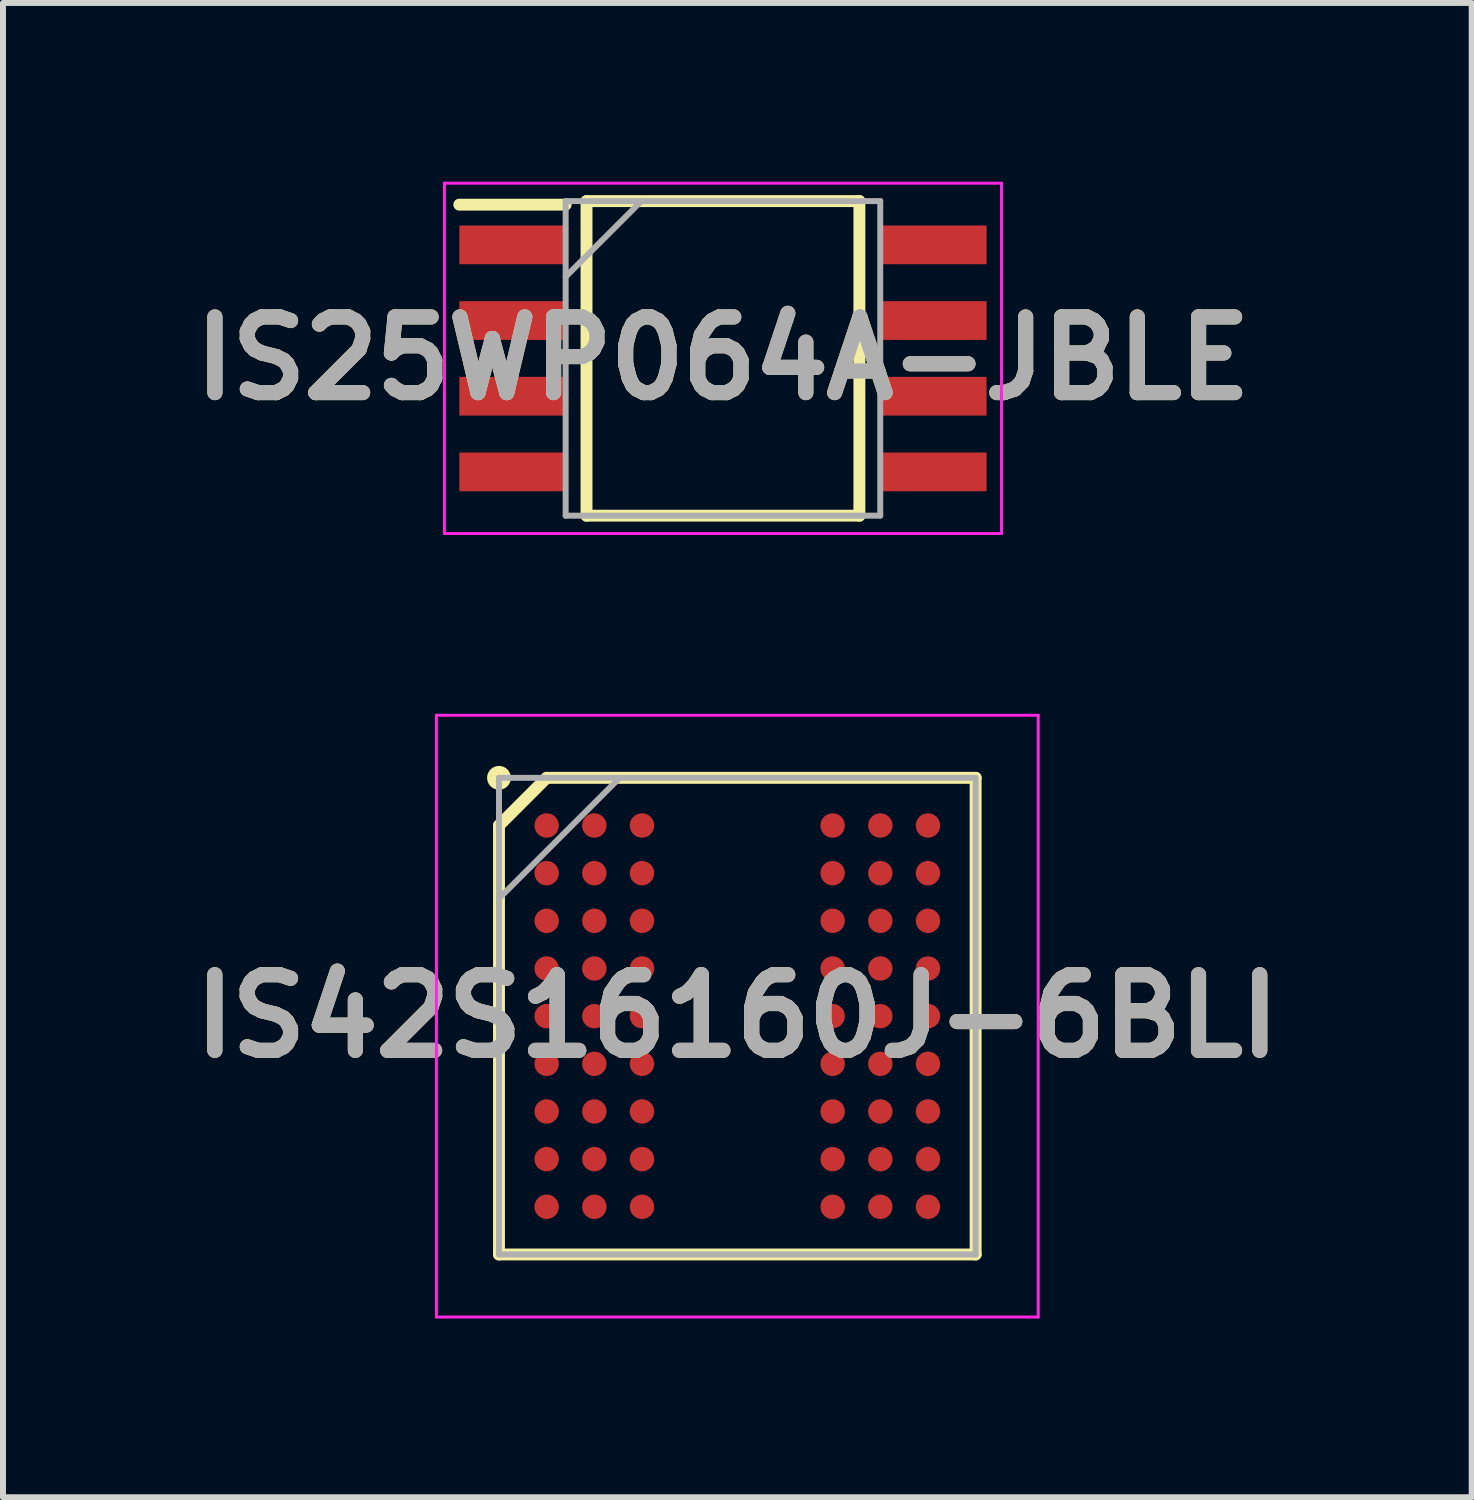
<source format=kicad_pcb>
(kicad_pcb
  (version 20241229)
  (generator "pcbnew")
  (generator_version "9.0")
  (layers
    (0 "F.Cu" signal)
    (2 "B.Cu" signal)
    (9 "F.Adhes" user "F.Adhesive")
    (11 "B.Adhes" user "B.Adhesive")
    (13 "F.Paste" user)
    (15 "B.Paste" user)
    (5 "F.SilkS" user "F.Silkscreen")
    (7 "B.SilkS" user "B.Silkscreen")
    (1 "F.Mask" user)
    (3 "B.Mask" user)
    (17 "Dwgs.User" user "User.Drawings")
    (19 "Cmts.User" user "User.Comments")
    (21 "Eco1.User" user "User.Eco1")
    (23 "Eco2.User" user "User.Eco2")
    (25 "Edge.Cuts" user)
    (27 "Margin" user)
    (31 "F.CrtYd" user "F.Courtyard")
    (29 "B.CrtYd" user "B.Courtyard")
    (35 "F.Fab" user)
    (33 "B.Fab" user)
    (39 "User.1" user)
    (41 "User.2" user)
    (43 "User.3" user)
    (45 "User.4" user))
  (footprint "IS25WP064A-JBLE"
    (layer "F.Cu")
    (at 9.084 2.965)
    (property "Reference" "IS25WP064A-JBLE" (at 0 0 0) (layer "F.SilkS") (effects (font (size 1.27 1.27) (thickness 0.254))))
    (attr smd)
    (fp_line (start -4.425 -2.58) (end -2.64 -2.58) (stroke (width 0.2) (type solid)) (layer "F.SilkS"))
    (fp_line (start -2.29 -2.64) (end 2.29 -2.64) (stroke (width 0.2) (type solid)) (layer "F.SilkS"))
    (fp_line (start -2.29 2.64) (end -2.29 -2.64) (stroke (width 0.2) (type solid)) (layer "F.SilkS"))
    (fp_line (start 2.29 -2.64) (end 2.29 2.64) (stroke (width 0.2) (type solid)) (layer "F.SilkS"))
    (fp_line (start 2.29 2.64) (end -2.29 2.64) (stroke (width 0.2) (type solid)) (layer "F.SilkS"))
    (fp_line (start -4.675 -2.94) (end 4.675 -2.94) (stroke (width 0.05) (type solid)) (layer "F.CrtYd"))
    (fp_line (start -4.675 2.94) (end -4.675 -2.94) (stroke (width 0.05) (type solid)) (layer "F.CrtYd"))
    (fp_line (start 4.675 -2.94) (end 4.675 2.94) (stroke (width 0.05) (type solid)) (layer "F.CrtYd"))
    (fp_line (start 4.675 2.94) (end -4.675 2.94) (stroke (width 0.05) (type solid)) (layer "F.CrtYd"))
    (fp_line (start -2.64 -2.64) (end 2.64 -2.64) (stroke (width 0.1) (type solid)) (layer "F.Fab"))
    (fp_line (start -2.64 -1.37) (end -1.37 -2.64) (stroke (width 0.1) (type solid)) (layer "F.Fab"))
    (fp_line (start -2.64 2.64) (end -2.64 -2.64) (stroke (width 0.1) (type solid)) (layer "F.Fab"))
    (fp_line (start 2.64 -2.64) (end 2.64 2.64) (stroke (width 0.1) (type solid)) (layer "F.Fab"))
    (fp_line (start 2.64 2.64) (end -2.64 2.64) (stroke (width 0.1) (type solid)) (layer "F.Fab"))
    (fp_text user "${REFERENCE}" (at 0 0 0) (layer "F.Fab") (effects (font (size 1.27 1.27) (thickness 0.254))))
    (pad "1" smd rect (at -3.532 -1.905 90) (size 0.65 1.785) (layers "F.Cu" "F.Mask" "F.Paste"))
    (pad "2" smd rect (at -3.532 -0.635 90) (size 0.65 1.785) (layers "F.Cu" "F.Mask" "F.Paste"))
    (pad "3" smd rect (at -3.532 0.635 90) (size 0.65 1.785) (layers "F.Cu" "F.Mask" "F.Paste"))
    (pad "4" smd rect (at -3.532 1.905 90) (size 0.65 1.785) (layers "F.Cu" "F.Mask" "F.Paste"))
    (pad "5" smd rect (at 3.532 1.905 90) (size 0.65 1.785) (layers "F.Cu" "F.Mask" "F.Paste"))
    (pad "6" smd rect (at 3.532 0.635 90) (size 0.65 1.785) (layers "F.Cu" "F.Mask" "F.Paste"))
    (pad "7" smd rect (at 3.532 -0.635 90) (size 0.65 1.785) (layers "F.Cu" "F.Mask" "F.Paste"))
    (pad "8" smd rect (at 3.532 -1.905 90) (size 0.65 1.785) (layers "F.Cu" "F.Mask" "F.Paste")))
  (footprint "IS42S16160J-6BLI"
    (layer "F.Cu")
    (at 9.325 14.005)
    (property "Reference" "IS42S16160J-6BLI" (at 0 0 0) (layer "F.SilkS") (effects (font (size 1.27 1.27) (thickness 0.254))))
    (attr smd)
    (fp_line (start -4 -3.2) (end -3.2 -4) (stroke (width 0.2) (type solid)) (layer "F.SilkS"))
    (fp_line (start -4 4) (end -4 -3.2) (stroke (width 0.2) (type solid)) (layer "F.SilkS"))
    (fp_line (start -3.2 -4) (end 4 -4) (stroke (width 0.2) (type solid)) (layer "F.SilkS"))
    (fp_line (start 4 -4) (end 4 4) (stroke (width 0.2) (type solid)) (layer "F.SilkS"))
    (fp_line (start 4 4) (end -4 4) (stroke (width 0.2) (type solid)) (layer "F.SilkS"))
    (fp_circle (center -4 -4) (end -4 -3.9) (stroke (width 0.2) (type solid)) (fill no) (layer "F.SilkS"))
    (fp_line (start -5.05 -5.05) (end 5.05 -5.05) (stroke (width 0.05) (type solid)) (layer "F.CrtYd"))
    (fp_line (start -5.05 5.05) (end -5.05 -5.05) (stroke (width 0.05) (type solid)) (layer "F.CrtYd"))
    (fp_line (start 5.05 -5.05) (end 5.05 5.05) (stroke (width 0.05) (type solid)) (layer "F.CrtYd"))
    (fp_line (start 5.05 5.05) (end -5.05 5.05) (stroke (width 0.05) (type solid)) (layer "F.CrtYd"))
    (fp_line (start -4 -4) (end 4 -4) (stroke (width 0.1) (type solid)) (layer "F.Fab"))
    (fp_line (start -4 -1.975) (end -1.975 -4) (stroke (width 0.1) (type solid)) (layer "F.Fab"))
    (fp_line (start -4 4) (end -4 -4) (stroke (width 0.1) (type solid)) (layer "F.Fab"))
    (fp_line (start 4 -4) (end 4 4) (stroke (width 0.1) (type solid)) (layer "F.Fab"))
    (fp_line (start 4 4) (end -4 4) (stroke (width 0.1) (type solid)) (layer "F.Fab"))
    (fp_text user "${REFERENCE}" (at 0 0 0) (layer "F.Fab") (effects (font (size 1.27 1.27) (thickness 0.254))))
    (pad "A1" smd circle (at -3.2 -3.2 90) (size 0.41 0.41) (layers "F.Cu" "F.Mask" "F.Paste"))
    (pad "A2" smd circle (at -2.4 -3.2 90) (size 0.41 0.41) (layers "F.Cu" "F.Mask" "F.Paste"))
    (pad "A3" smd circle (at -1.6 -3.2 90) (size 0.41 0.41) (layers "F.Cu" "F.Mask" "F.Paste"))
    (pad "A7" smd circle (at 1.6 -3.2 90) (size 0.41 0.41) (layers "F.Cu" "F.Mask" "F.Paste"))
    (pad "A8" smd circle (at 2.4 -3.2 90) (size 0.41 0.41) (layers "F.Cu" "F.Mask" "F.Paste"))
    (pad "A9" smd circle (at 3.2 -3.2 90) (size 0.41 0.41) (layers "F.Cu" "F.Mask" "F.Paste"))
    (pad "B1" smd circle (at -3.2 -2.4 90) (size 0.41 0.41) (layers "F.Cu" "F.Mask" "F.Paste"))
    (pad "B2" smd circle (at -2.4 -2.4 90) (size 0.41 0.41) (layers "F.Cu" "F.Mask" "F.Paste"))
    (pad "B3" smd circle (at -1.6 -2.4 90) (size 0.41 0.41) (layers "F.Cu" "F.Mask" "F.Paste"))
    (pad "B7" smd circle (at 1.6 -2.4 90) (size 0.41 0.41) (layers "F.Cu" "F.Mask" "F.Paste"))
    (pad "B8" smd circle (at 2.4 -2.4 90) (size 0.41 0.41) (layers "F.Cu" "F.Mask" "F.Paste"))
    (pad "B9" smd circle (at 3.2 -2.4 90) (size 0.41 0.41) (layers "F.Cu" "F.Mask" "F.Paste"))
    (pad "C1" smd circle (at -3.2 -1.6 90) (size 0.41 0.41) (layers "F.Cu" "F.Mask" "F.Paste"))
    (pad "C2" smd circle (at -2.4 -1.6 90) (size 0.41 0.41) (layers "F.Cu" "F.Mask" "F.Paste"))
    (pad "C3" smd circle (at -1.6 -1.6 90) (size 0.41 0.41) (layers "F.Cu" "F.Mask" "F.Paste"))
    (pad "C7" smd circle (at 1.6 -1.6 90) (size 0.41 0.41) (layers "F.Cu" "F.Mask" "F.Paste"))
    (pad "C8" smd circle (at 2.4 -1.6 90) (size 0.41 0.41) (layers "F.Cu" "F.Mask" "F.Paste"))
    (pad "C9" smd circle (at 3.2 -1.6 90) (size 0.41 0.41) (layers "F.Cu" "F.Mask" "F.Paste"))
    (pad "D1" smd circle (at -3.2 -0.8 90) (size 0.41 0.41) (layers "F.Cu" "F.Mask" "F.Paste"))
    (pad "D2" smd circle (at -2.4 -0.8 90) (size 0.41 0.41) (layers "F.Cu" "F.Mask" "F.Paste"))
    (pad "D3" smd circle (at -1.6 -0.8 90) (size 0.41 0.41) (layers "F.Cu" "F.Mask" "F.Paste"))
    (pad "D7" smd circle (at 1.6 -0.8 90) (size 0.41 0.41) (layers "F.Cu" "F.Mask" "F.Paste"))
    (pad "D8" smd circle (at 2.4 -0.8 90) (size 0.41 0.41) (layers "F.Cu" "F.Mask" "F.Paste"))
    (pad "D9" smd circle (at 3.2 -0.8 90) (size 0.41 0.41) (layers "F.Cu" "F.Mask" "F.Paste"))
    (pad "E1" smd circle (at -3.2 0 90) (size 0.41 0.41) (layers "F.Cu" "F.Mask" "F.Paste"))
    (pad "E2" smd circle (at -2.4 0 90) (size 0.41 0.41) (layers "F.Cu" "F.Mask" "F.Paste"))
    (pad "E3" smd circle (at -1.6 0 90) (size 0.41 0.41) (layers "F.Cu" "F.Mask" "F.Paste"))
    (pad "E7" smd circle (at 1.6 0 90) (size 0.41 0.41) (layers "F.Cu" "F.Mask" "F.Paste"))
    (pad "E8" smd circle (at 2.4 0 90) (size 0.41 0.41) (layers "F.Cu" "F.Mask" "F.Paste"))
    (pad "E9" smd circle (at 3.2 0 90) (size 0.41 0.41) (layers "F.Cu" "F.Mask" "F.Paste"))
    (pad "F1" smd circle (at -3.2 0.8 90) (size 0.41 0.41) (layers "F.Cu" "F.Mask" "F.Paste"))
    (pad "F2" smd circle (at -2.4 0.8 90) (size 0.41 0.41) (layers "F.Cu" "F.Mask" "F.Paste"))
    (pad "F3" smd circle (at -1.6 0.8 90) (size 0.41 0.41) (layers "F.Cu" "F.Mask" "F.Paste"))
    (pad "F7" smd circle (at 1.6 0.8 90) (size 0.41 0.41) (layers "F.Cu" "F.Mask" "F.Paste"))
    (pad "F8" smd circle (at 2.4 0.8 90) (size 0.41 0.41) (layers "F.Cu" "F.Mask" "F.Paste"))
    (pad "F9" smd circle (at 3.2 0.8 90) (size 0.41 0.41) (layers "F.Cu" "F.Mask" "F.Paste"))
    (pad "G1" smd circle (at -3.2 1.6 90) (size 0.41 0.41) (layers "F.Cu" "F.Mask" "F.Paste"))
    (pad "G2" smd circle (at -2.4 1.6 90) (size 0.41 0.41) (layers "F.Cu" "F.Mask" "F.Paste"))
    (pad "G3" smd circle (at -1.6 1.6 90) (size 0.41 0.41) (layers "F.Cu" "F.Mask" "F.Paste"))
    (pad "G7" smd circle (at 1.6 1.6 90) (size 0.41 0.41) (layers "F.Cu" "F.Mask" "F.Paste"))
    (pad "G8" smd circle (at 2.4 1.6 90) (size 0.41 0.41) (layers "F.Cu" "F.Mask" "F.Paste"))
    (pad "G9" smd circle (at 3.2 1.6 90) (size 0.41 0.41) (layers "F.Cu" "F.Mask" "F.Paste"))
    (pad "H1" smd circle (at -3.2 2.4 90) (size 0.41 0.41) (layers "F.Cu" "F.Mask" "F.Paste"))
    (pad "H2" smd circle (at -2.4 2.4 90) (size 0.41 0.41) (layers "F.Cu" "F.Mask" "F.Paste"))
    (pad "H3" smd circle (at -1.6 2.4 90) (size 0.41 0.41) (layers "F.Cu" "F.Mask" "F.Paste"))
    (pad "H7" smd circle (at 1.6 2.4 90) (size 0.41 0.41) (layers "F.Cu" "F.Mask" "F.Paste"))
    (pad "H8" smd circle (at 2.4 2.4 90) (size 0.41 0.41) (layers "F.Cu" "F.Mask" "F.Paste"))
    (pad "H9" smd circle (at 3.2 2.4 90) (size 0.41 0.41) (layers "F.Cu" "F.Mask" "F.Paste"))
    (pad "J1" smd circle (at -3.2 3.2 90) (size 0.41 0.41) (layers "F.Cu" "F.Mask" "F.Paste"))
    (pad "J2" smd circle (at -2.4 3.2 90) (size 0.41 0.41) (layers "F.Cu" "F.Mask" "F.Paste"))
    (pad "J3" smd circle (at -1.6 3.2 90) (size 0.41 0.41) (layers "F.Cu" "F.Mask" "F.Paste"))
    (pad "J7" smd circle (at 1.6 3.2 90) (size 0.41 0.41) (layers "F.Cu" "F.Mask" "F.Paste"))
    (pad "J8" smd circle (at 2.4 3.2 90) (size 0.41 0.41) (layers "F.Cu" "F.Mask" "F.Paste"))
    (pad "J9" smd circle (at 3.2 3.2 90) (size 0.41 0.41) (layers "F.Cu" "F.Mask" "F.Paste")))
  (gr_rect
    (start -3 -3)
    (end 21.651 22.08)
    (stroke (width 0.1) (type default))
    (fill no)
    (layer "Edge.Cuts")))
</source>
